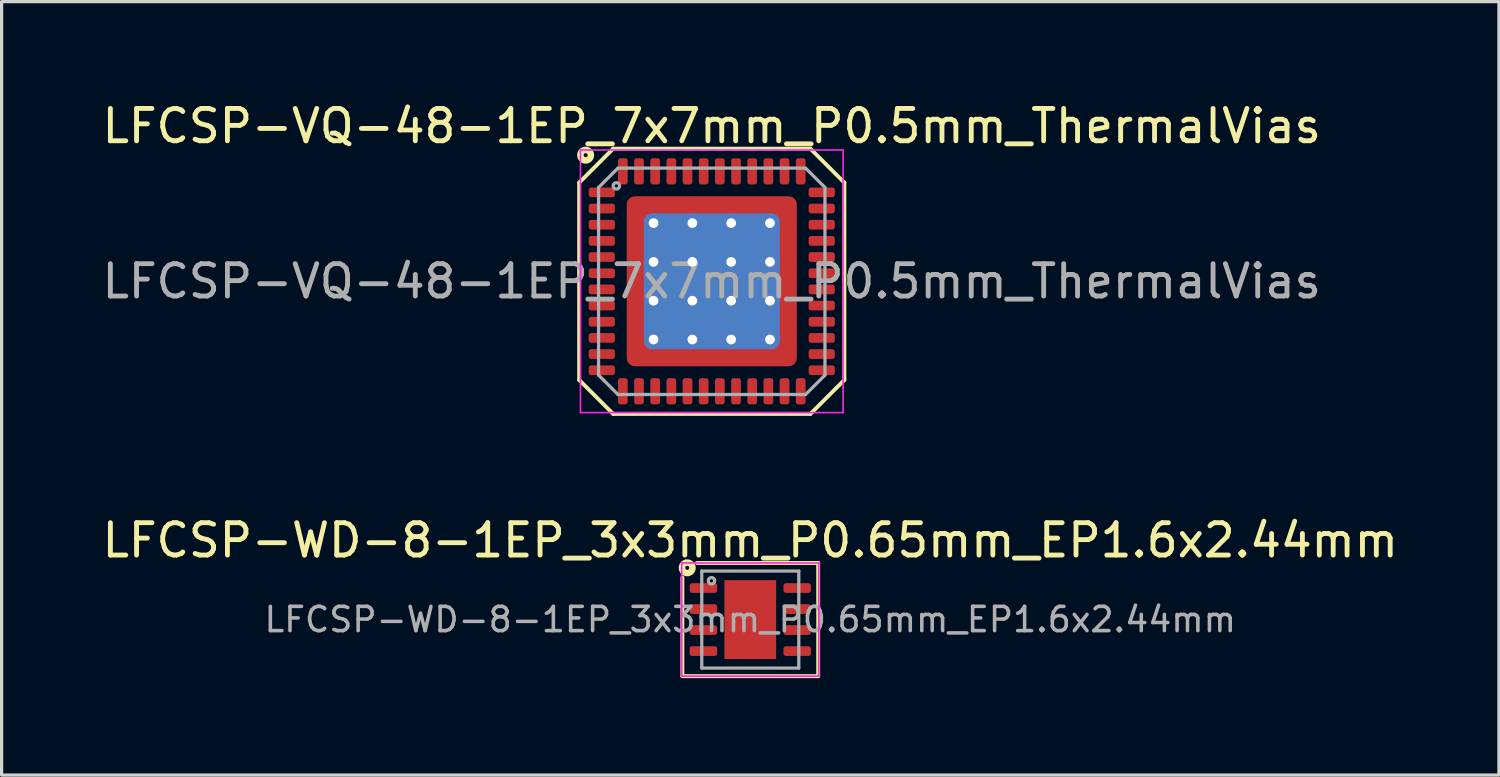
<source format=kicad_pcb>
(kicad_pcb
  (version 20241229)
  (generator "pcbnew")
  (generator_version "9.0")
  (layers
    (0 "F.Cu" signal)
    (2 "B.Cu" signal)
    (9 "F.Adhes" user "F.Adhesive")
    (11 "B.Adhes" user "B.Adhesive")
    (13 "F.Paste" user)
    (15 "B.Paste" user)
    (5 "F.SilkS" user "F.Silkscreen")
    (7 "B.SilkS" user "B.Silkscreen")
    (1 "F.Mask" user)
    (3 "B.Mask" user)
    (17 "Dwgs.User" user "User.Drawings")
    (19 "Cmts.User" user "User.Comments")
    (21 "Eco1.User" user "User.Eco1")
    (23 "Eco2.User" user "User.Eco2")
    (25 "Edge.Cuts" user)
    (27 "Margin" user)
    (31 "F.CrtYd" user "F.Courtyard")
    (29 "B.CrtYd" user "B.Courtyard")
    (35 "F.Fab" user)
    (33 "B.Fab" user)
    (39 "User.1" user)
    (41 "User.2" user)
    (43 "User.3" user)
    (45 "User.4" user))
  (footprint "LFCSP-WD-8-1EP_3x3mm_P0.65mm_EP1.6x2.44mm"
    (layer "F.Cu")
    (at 20.149 16.107)
    (property "Reference" "LFCSP-WD-8-1EP_3x3mm_P0.65mm_EP1.6x2.44mm" (at 0 -2.45 0) (layer "F.SilkS") (effects (font (size 1 1) (thickness 0.15))))
    (attr smd)
    (fp_line (start -2.1 1.75) (end -2.1 -1.3) (stroke (width 0.12) (type solid)) (layer "F.SilkS"))
    (fp_line (start 2.1 -1.75) (end -1.65 -1.75) (stroke (width 0.12) (type solid)) (layer "F.SilkS"))
    (fp_line (start 2.1 -1.75) (end 2.1 1.75) (stroke (width 0.12) (type solid)) (layer "F.SilkS"))
    (fp_line (start 2.1 1.75) (end -2.1 1.75) (stroke (width 0.12) (type solid)) (layer "F.SilkS"))
    (fp_circle (center -1.95 -1.6) (end -1.887 -1.6) (stroke (width 0.2) (type solid)) (fill no) (layer "F.SilkS"))
    (fp_line (start -2.12 -1.75) (end -2.12 1.75) (stroke (width 0.05) (type solid)) (layer "F.CrtYd"))
    (fp_line (start -2.12 1.75) (end 2.12 1.75) (stroke (width 0.05) (type solid)) (layer "F.CrtYd"))
    (fp_line (start 2.12 -1.75) (end -2.12 -1.75) (stroke (width 0.05) (type solid)) (layer "F.CrtYd"))
    (fp_line (start 2.12 1.75) (end 2.12 -1.75) (stroke (width 0.05) (type solid)) (layer "F.CrtYd"))
    (fp_line (start -1.5 -1.5) (end 1.5 -1.5) (stroke (width 0.1) (type solid)) (layer "F.Fab"))
    (fp_line (start -1.5 1.5) (end -1.5 -1.5) (stroke (width 0.1) (type solid)) (layer "F.Fab"))
    (fp_line (start 1.5 -1.5) (end 1.5 1.5) (stroke (width 0.1) (type solid)) (layer "F.Fab"))
    (fp_line (start 1.5 1.5) (end -1.5 1.5) (stroke (width 0.1) (type solid)) (layer "F.Fab"))
    (fp_circle (center -1.2 -1.2) (end -1.1 -1.2) (stroke (width 0.1) (type solid)) (fill no) (layer "F.Fab"))
    (fp_text user "${REFERENCE}" (at 0 0 0) (layer "F.Fab") (effects (font (size 0.75 0.75) (thickness 0.11))))
    (pad "" smd roundrect (at -0.4 -0.81) (size 0.64 0.66) (layers "F.Paste") (roundrect_rratio 0.25))
    (pad "" smd roundrect (at -0.4 0) (size 0.64 0.66) (layers "F.Paste") (roundrect_rratio 0.25))
    (pad "" smd roundrect (at -0.4 0.81) (size 0.64 0.66) (layers "F.Paste") (roundrect_rratio 0.25))
    (pad "" smd roundrect (at 0.4 -0.81) (size 0.64 0.66) (layers "F.Paste") (roundrect_rratio 0.25))
    (pad "" smd roundrect (at 0.4 0) (size 0.64 0.66) (layers "F.Paste") (roundrect_rratio 0.25))
    (pad "" smd roundrect (at 0.4 0.81) (size 0.64 0.66) (layers "F.Paste") (roundrect_rratio 0.25))
    (pad "1" smd roundrect (at -1.45 -0.975) (size 0.85 0.3) (layers "F.Cu" "F.Mask" "F.Paste") (roundrect_rratio 0.25))
    (pad "2" smd roundrect (at -1.45 -0.325) (size 0.85 0.3) (layers "F.Cu" "F.Mask" "F.Paste") (roundrect_rratio 0.25))
    (pad "3" smd roundrect (at -1.45 0.325) (size 0.85 0.3) (layers "F.Cu" "F.Mask" "F.Paste") (roundrect_rratio 0.25))
    (pad "4" smd roundrect (at -1.45 0.975) (size 0.85 0.3) (layers "F.Cu" "F.Mask" "F.Paste") (roundrect_rratio 0.25))
    (pad "5" smd roundrect (at 1.45 0.975) (size 0.85 0.3) (layers "F.Cu" "F.Mask" "F.Paste") (roundrect_rratio 0.25))
    (pad "6" smd roundrect (at 1.45 0.325) (size 0.85 0.3) (layers "F.Cu" "F.Mask" "F.Paste") (roundrect_rratio 0.25))
    (pad "7" smd roundrect (at 1.45 -0.325) (size 0.85 0.3) (layers "F.Cu" "F.Mask" "F.Paste") (roundrect_rratio 0.25))
    (pad "8" smd roundrect (at 1.45 -0.975) (size 0.85 0.3) (layers "F.Cu" "F.Mask" "F.Paste") (roundrect_rratio 0.25))
    (pad "9" smd rect (at 0 0) (size 1.6 2.44) (layers "F.Cu" "F.Mask")))
  (footprint "LFCSP-VQ-48-1EP_7x7mm_P0.5mm_ThermalVias"
    (layer "F.Cu")
    (at 18.958 5.648)
    (property "Reference" "LFCSP-VQ-48-1EP_7x7mm_P0.5mm_ThermalVias" (at 0 -4.8 0) (layer "F.SilkS") (effects (font (size 1 1) (thickness 0.15))))
    (attr smd)
    (fp_line (start -4.1 -3.05) (end -4.1 3.05) (stroke (width 0.12) (type solid)) (layer "F.SilkS"))
    (fp_line (start -4.1 -3.05) (end -3.05 -4.1) (stroke (width 0.12) (type solid)) (layer "F.SilkS"))
    (fp_line (start -4.1 3.05) (end -3.05 4.1) (stroke (width 0.12) (type solid)) (layer "F.SilkS"))
    (fp_line (start -3.05 -4.1) (end 3.05 -4.1) (stroke (width 0.12) (type solid)) (layer "F.SilkS"))
    (fp_line (start 3.05 4.1) (end -3.05 4.1) (stroke (width 0.12) (type solid)) (layer "F.SilkS"))
    (fp_line (start 4.1 -3.05) (end 3.05 -4.1) (stroke (width 0.12) (type solid)) (layer "F.SilkS"))
    (fp_line (start 4.1 3.05) (end 3.05 4.1) (stroke (width 0.12) (type solid)) (layer "F.SilkS"))
    (fp_line (start 4.1 3.05) (end 4.1 -3.05) (stroke (width 0.12) (type solid)) (layer "F.SilkS"))
    (fp_circle (center -3.9 -3.9) (end -3.837 -3.9) (stroke (width 0.2) (type solid)) (fill no) (layer "F.SilkS"))
    (fp_line (start -4.06 -4.06) (end 4.06 -4.06) (stroke (width 0.05) (type solid)) (layer "F.CrtYd"))
    (fp_line (start -4.06 4.06) (end -4.06 -4.06) (stroke (width 0.05) (type solid)) (layer "F.CrtYd"))
    (fp_line (start 4.06 -4.06) (end 4.06 4.06) (stroke (width 0.05) (type solid)) (layer "F.CrtYd"))
    (fp_line (start 4.06 4.06) (end -4.06 4.06) (stroke (width 0.05) (type solid)) (layer "F.CrtYd"))
    (fp_line (start -3.5 -2.9) (end -2.9 -3.5) (stroke (width 0.1) (type solid)) (layer "F.Fab"))
    (fp_line (start -3.5 2.9) (end -3.5 -2.9) (stroke (width 0.1) (type solid)) (layer "F.Fab"))
    (fp_line (start -2.9 -3.5) (end 2.9 -3.5) (stroke (width 0.1) (type solid)) (layer "F.Fab"))
    (fp_line (start -2.9 3.5) (end -3.5 2.9) (stroke (width 0.1) (type solid)) (layer "F.Fab"))
    (fp_line (start 2.9 -3.5) (end 3.5 -2.9) (stroke (width 0.1) (type solid)) (layer "F.Fab"))
    (fp_line (start 2.9 3.5) (end -2.9 3.5) (stroke (width 0.1) (type solid)) (layer "F.Fab"))
    (fp_line (start 2.9 3.5) (end 3.5 2.9) (stroke (width 0.1) (type solid)) (layer "F.Fab"))
    (fp_line (start 3.5 -2.9) (end 3.5 2.9) (stroke (width 0.1) (type solid)) (layer "F.Fab"))
    (fp_circle (center -2.95 -2.95) (end -2.85 -2.95) (stroke (width 0.1) (type solid)) (fill no) (layer "F.Fab"))
    (fp_text user "${REFERENCE}" (at 0 0 0) (layer "F.Fab") (effects (font (size 1 1) (thickness 0.15))))
    (pad "" smd roundrect (at -2.2 -2.2) (size 0.6 0.6) (layers "F.Paste") (roundrect_rratio 0.25))
    (pad "" smd roundrect (at -2.2 -1.2) (size 0.6 1) (layers "F.Paste") (roundrect_rratio 0.25))
    (pad "" smd roundrect (at -2.2 0) (size 0.6 1) (layers "F.Paste") (roundrect_rratio 0.25))
    (pad "" smd roundrect (at -2.2 1.2) (size 0.6 1) (layers "F.Paste") (roundrect_rratio 0.25))
    (pad "" smd roundrect (at -2.2 2.2) (size 0.6 0.6) (layers "F.Paste") (roundrect_rratio 0.25))
    (pad "" smd roundrect (at -1.2 -2.2) (size 1 0.6) (layers "F.Paste") (roundrect_rratio 0.25))
    (pad "" smd roundrect (at -1.2 -1.2) (size 1 1) (layers "F.Paste") (roundrect_rratio 0.25))
    (pad "" smd roundrect (at -1.2 0) (size 1 1) (layers "F.Paste") (roundrect_rratio 0.25))
    (pad "" smd roundrect (at -1.2 1.2) (size 1 1) (layers "F.Paste") (roundrect_rratio 0.25))
    (pad "" smd roundrect (at -1.2 2.2) (size 1 0.6) (layers "F.Paste") (roundrect_rratio 0.25))
    (pad "" smd roundrect (at 0 -2.2) (size 1 0.6) (layers "F.Paste") (roundrect_rratio 0.25))
    (pad "" smd roundrect (at 0 -1.2) (size 1 1) (layers "F.Paste") (roundrect_rratio 0.25))
    (pad "" smd roundrect (at 0 0) (size 1 1) (layers "F.Paste") (roundrect_rratio 0.25))
    (pad "" smd roundrect (at 0 1.2) (size 1 1) (layers "F.Paste") (roundrect_rratio 0.25))
    (pad "" smd roundrect (at 0 2.2) (size 1 0.6) (layers "F.Paste") (roundrect_rratio 0.25))
    (pad "" smd roundrect (at 1.2 -2.2) (size 1 0.6) (layers "F.Paste") (roundrect_rratio 0.25))
    (pad "" smd roundrect (at 1.2 -1.2) (size 1 1) (layers "F.Paste") (roundrect_rratio 0.25))
    (pad "" smd roundrect (at 1.2 0) (size 1 1) (layers "F.Paste") (roundrect_rratio 0.25))
    (pad "" smd roundrect (at 1.2 1.2) (size 1 1) (layers "F.Paste") (roundrect_rratio 0.25))
    (pad "" smd roundrect (at 1.2 2.2) (size 1 0.6) (layers "F.Paste") (roundrect_rratio 0.25))
    (pad "" smd roundrect (at 2.2 -2.2) (size 0.6 0.6) (layers "F.Paste") (roundrect_rratio 0.25))
    (pad "" smd roundrect (at 2.2 -1.2) (size 0.6 1) (layers "F.Paste") (roundrect_rratio 0.25))
    (pad "" smd roundrect (at 2.2 0) (size 0.6 1) (layers "F.Paste") (roundrect_rratio 0.25))
    (pad "" smd roundrect (at 2.2 1.2) (size 0.6 1) (layers "F.Paste") (roundrect_rratio 0.25))
    (pad "" smd roundrect (at 2.2 2.2) (size 0.6 0.6) (layers "F.Paste") (roundrect_rratio 0.25))
    (pad "1" smd roundrect (at -3.4 -2.75) (size 0.81 0.3) (layers "F.Cu" "F.Mask" "F.Paste") (roundrect_rratio 0.25))
    (pad "2" smd roundrect (at -3.4 -2.25) (size 0.81 0.3) (layers "F.Cu" "F.Mask" "F.Paste") (roundrect_rratio 0.25))
    (pad "3" smd roundrect (at -3.4 -1.75) (size 0.81 0.3) (layers "F.Cu" "F.Mask" "F.Paste") (roundrect_rratio 0.25))
    (pad "4" smd roundrect (at -3.4 -1.25) (size 0.81 0.3) (layers "F.Cu" "F.Mask" "F.Paste") (roundrect_rratio 0.25))
    (pad "5" smd roundrect (at -3.4 -0.75) (size 0.81 0.3) (layers "F.Cu" "F.Mask" "F.Paste") (roundrect_rratio 0.25))
    (pad "6" smd roundrect (at -3.4 -0.25) (size 0.81 0.3) (layers "F.Cu" "F.Mask" "F.Paste") (roundrect_rratio 0.25))
    (pad "7" smd roundrect (at -3.4 0.25) (size 0.81 0.3) (layers "F.Cu" "F.Mask" "F.Paste") (roundrect_rratio 0.25))
    (pad "8" smd roundrect (at -3.4 0.75) (size 0.81 0.3) (layers "F.Cu" "F.Mask" "F.Paste") (roundrect_rratio 0.25))
    (pad "9" smd roundrect (at -3.4 1.25) (size 0.81 0.3) (layers "F.Cu" "F.Mask" "F.Paste") (roundrect_rratio 0.25))
    (pad "10" smd roundrect (at -3.4 1.75) (size 0.81 0.3) (layers "F.Cu" "F.Mask" "F.Paste") (roundrect_rratio 0.25))
    (pad "11" smd roundrect (at -3.4 2.25) (size 0.81 0.3) (layers "F.Cu" "F.Mask" "F.Paste") (roundrect_rratio 0.25))
    (pad "12" smd roundrect (at -3.4 2.75) (size 0.81 0.3) (layers "F.Cu" "F.Mask" "F.Paste") (roundrect_rratio 0.25))
    (pad "13" smd roundrect (at -2.75 3.4) (size 0.3 0.81) (layers "F.Cu" "F.Mask" "F.Paste") (roundrect_rratio 0.25))
    (pad "14" smd roundrect (at -2.25 3.4) (size 0.3 0.81) (layers "F.Cu" "F.Mask" "F.Paste") (roundrect_rratio 0.25))
    (pad "15" smd roundrect (at -1.75 3.4) (size 0.3 0.81) (layers "F.Cu" "F.Mask" "F.Paste") (roundrect_rratio 0.25))
    (pad "16" smd roundrect (at -1.25 3.4) (size 0.3 0.81) (layers "F.Cu" "F.Mask" "F.Paste") (roundrect_rratio 0.25))
    (pad "17" smd roundrect (at -0.75 3.4) (size 0.3 0.81) (layers "F.Cu" "F.Mask" "F.Paste") (roundrect_rratio 0.25))
    (pad "18" smd roundrect (at -0.25 3.4) (size 0.3 0.81) (layers "F.Cu" "F.Mask" "F.Paste") (roundrect_rratio 0.25))
    (pad "19" smd roundrect (at 0.25 3.4) (size 0.3 0.81) (layers "F.Cu" "F.Mask" "F.Paste") (roundrect_rratio 0.25))
    (pad "20" smd roundrect (at 0.75 3.4) (size 0.3 0.81) (layers "F.Cu" "F.Mask" "F.Paste") (roundrect_rratio 0.25))
    (pad "21" smd roundrect (at 1.25 3.4) (size 0.3 0.81) (layers "F.Cu" "F.Mask" "F.Paste") (roundrect_rratio 0.25))
    (pad "22" smd roundrect (at 1.75 3.4) (size 0.3 0.81) (layers "F.Cu" "F.Mask" "F.Paste") (roundrect_rratio 0.25))
    (pad "23" smd roundrect (at 2.25 3.4) (size 0.3 0.81) (layers "F.Cu" "F.Mask" "F.Paste") (roundrect_rratio 0.25))
    (pad "24" smd roundrect (at 2.75 3.4) (size 0.3 0.81) (layers "F.Cu" "F.Mask" "F.Paste") (roundrect_rratio 0.25))
    (pad "25" smd roundrect (at 3.4 2.75) (size 0.81 0.3) (layers "F.Cu" "F.Mask" "F.Paste") (roundrect_rratio 0.25))
    (pad "26" smd roundrect (at 3.4 2.25) (size 0.81 0.3) (layers "F.Cu" "F.Mask" "F.Paste") (roundrect_rratio 0.25))
    (pad "27" smd roundrect (at 3.4 1.75) (size 0.81 0.3) (layers "F.Cu" "F.Mask" "F.Paste") (roundrect_rratio 0.25))
    (pad "28" smd roundrect (at 3.4 1.25) (size 0.81 0.3) (layers "F.Cu" "F.Mask" "F.Paste") (roundrect_rratio 0.25))
    (pad "29" smd roundrect (at 3.4 0.75) (size 0.81 0.3) (layers "F.Cu" "F.Mask" "F.Paste") (roundrect_rratio 0.25))
    (pad "30" smd roundrect (at 3.4 0.25) (size 0.81 0.3) (layers "F.Cu" "F.Mask" "F.Paste") (roundrect_rratio 0.25))
    (pad "31" smd roundrect (at 3.4 -0.25) (size 0.81 0.3) (layers "F.Cu" "F.Mask" "F.Paste") (roundrect_rratio 0.25))
    (pad "32" smd roundrect (at 3.4 -0.75) (size 0.81 0.3) (layers "F.Cu" "F.Mask" "F.Paste") (roundrect_rratio 0.25))
    (pad "33" smd roundrect (at 3.4 -1.25) (size 0.81 0.3) (layers "F.Cu" "F.Mask" "F.Paste") (roundrect_rratio 0.25))
    (pad "34" smd roundrect (at 3.4 -1.75) (size 0.81 0.3) (layers "F.Cu" "F.Mask" "F.Paste") (roundrect_rratio 0.25))
    (pad "35" smd roundrect (at 3.4 -2.25) (size 0.81 0.3) (layers "F.Cu" "F.Mask" "F.Paste") (roundrect_rratio 0.25))
    (pad "36" smd roundrect (at 3.4 -2.75) (size 0.81 0.3) (layers "F.Cu" "F.Mask" "F.Paste") (roundrect_rratio 0.25))
    (pad "37" smd roundrect (at 2.75 -3.4) (size 0.3 0.81) (layers "F.Cu" "F.Mask" "F.Paste") (roundrect_rratio 0.25))
    (pad "38" smd roundrect (at 2.25 -3.4) (size 0.3 0.81) (layers "F.Cu" "F.Mask" "F.Paste") (roundrect_rratio 0.25))
    (pad "39" smd roundrect (at 1.75 -3.4) (size 0.3 0.81) (layers "F.Cu" "F.Mask" "F.Paste") (roundrect_rratio 0.25))
    (pad "40" smd roundrect (at 1.25 -3.4) (size 0.3 0.81) (layers "F.Cu" "F.Mask" "F.Paste") (roundrect_rratio 0.25))
    (pad "41" smd roundrect (at 0.75 -3.4) (size 0.3 0.81) (layers "F.Cu" "F.Mask" "F.Paste") (roundrect_rratio 0.25))
    (pad "42" smd roundrect (at 0.25 -3.4) (size 0.3 0.81) (layers "F.Cu" "F.Mask" "F.Paste") (roundrect_rratio 0.25))
    (pad "43" smd roundrect (at -0.25 -3.4) (size 0.3 0.81) (layers "F.Cu" "F.Mask" "F.Paste") (roundrect_rratio 0.25))
    (pad "44" smd roundrect (at -0.75 -3.4) (size 0.3 0.81) (layers "F.Cu" "F.Mask" "F.Paste") (roundrect_rratio 0.25))
    (pad "45" smd roundrect (at -1.25 -3.4) (size 0.3 0.81) (layers "F.Cu" "F.Mask" "F.Paste") (roundrect_rratio 0.25))
    (pad "46" smd roundrect (at -1.75 -3.4) (size 0.3 0.81) (layers "F.Cu" "F.Mask" "F.Paste") (roundrect_rratio 0.25))
    (pad "47" smd roundrect (at -2.25 -3.4) (size 0.3 0.81) (layers "F.Cu" "F.Mask" "F.Paste") (roundrect_rratio 0.25))
    (pad "48" smd roundrect (at -2.75 -3.4) (size 0.3 0.81) (layers "F.Cu" "F.Mask" "F.Paste") (roundrect_rratio 0.25))
    (pad "49" thru_hole circle (at -1.8 -1.8) (size 0.6 0.6) (drill 0.3) (property pad_prop_heatsink) (layers "*.Cu" "*.Mask"))
    (pad "49" thru_hole circle (at -1.8 -0.6) (size 0.6 0.6) (drill 0.3) (property pad_prop_heatsink) (layers "*.Cu" "*.Mask"))
    (pad "49" thru_hole circle (at -1.8 0.6) (size 0.6 0.6) (drill 0.3) (property pad_prop_heatsink) (layers "*.Cu" "*.Mask"))
    (pad "49" thru_hole circle (at -1.8 1.8) (size 0.6 0.6) (drill 0.3) (property pad_prop_heatsink) (layers "*.Cu" "*.Mask"))
    (pad "49" thru_hole circle (at -0.6 -1.8) (size 0.6 0.6) (drill 0.3) (property pad_prop_heatsink) (layers "*.Cu" "*.Mask"))
    (pad "49" thru_hole circle (at -0.6 -0.6) (size 0.6 0.6) (drill 0.3) (property pad_prop_heatsink) (layers "*.Cu" "*.Mask"))
    (pad "49" thru_hole circle (at -0.6 0.6) (size 0.6 0.6) (drill 0.3) (property pad_prop_heatsink) (layers "*.Cu" "*.Mask"))
    (pad "49" thru_hole circle (at -0.6 1.8) (size 0.6 0.6) (drill 0.3) (property pad_prop_heatsink) (layers "*.Cu" "*.Mask"))
    (pad "49" smd roundrect (at 0 0) (size 4.2 4.2) (layers "B.Cu" "B.Mask") (roundrect_rratio 0.06))
    (pad "49" smd roundrect (at 0 0) (size 5.26 5.26) (layers "F.Cu" "F.Mask") (roundrect_rratio 0.048))
    (pad "49" thru_hole circle (at 0.6 -1.8) (size 0.6 0.6) (drill 0.3) (property pad_prop_heatsink) (layers "*.Cu" "*.Mask"))
    (pad "49" thru_hole circle (at 0.6 -0.6) (size 0.6 0.6) (drill 0.3) (property pad_prop_heatsink) (layers "*.Cu" "*.Mask"))
    (pad "49" thru_hole circle (at 0.6 0.6) (size 0.6 0.6) (drill 0.3) (property pad_prop_heatsink) (layers "*.Cu" "*.Mask"))
    (pad "49" thru_hole circle (at 0.6 1.8) (size 0.6 0.6) (drill 0.3) (property pad_prop_heatsink) (layers "*.Cu" "*.Mask"))
    (pad "49" thru_hole circle (at 1.8 -1.8) (size 0.6 0.6) (drill 0.3) (property pad_prop_heatsink) (layers "*.Cu" "*.Mask"))
    (pad "49" thru_hole circle (at 1.8 -0.6) (size 0.6 0.6) (drill 0.3) (property pad_prop_heatsink) (layers "*.Cu" "*.Mask"))
    (pad "49" thru_hole circle (at 1.8 0.6) (size 0.6 0.6) (drill 0.3) (property pad_prop_heatsink) (layers "*.Cu" "*.Mask"))
    (pad "49" thru_hole circle (at 1.8 1.8) (size 0.6 0.6) (drill 0.3) (property pad_prop_heatsink) (layers "*.Cu" "*.Mask")))
  (gr_rect
    (start -3 -3)
    (end 43.298 20.916)
    (stroke (width 0.1) (type default))
    (fill no)
    (layer "Edge.Cuts")))
</source>
